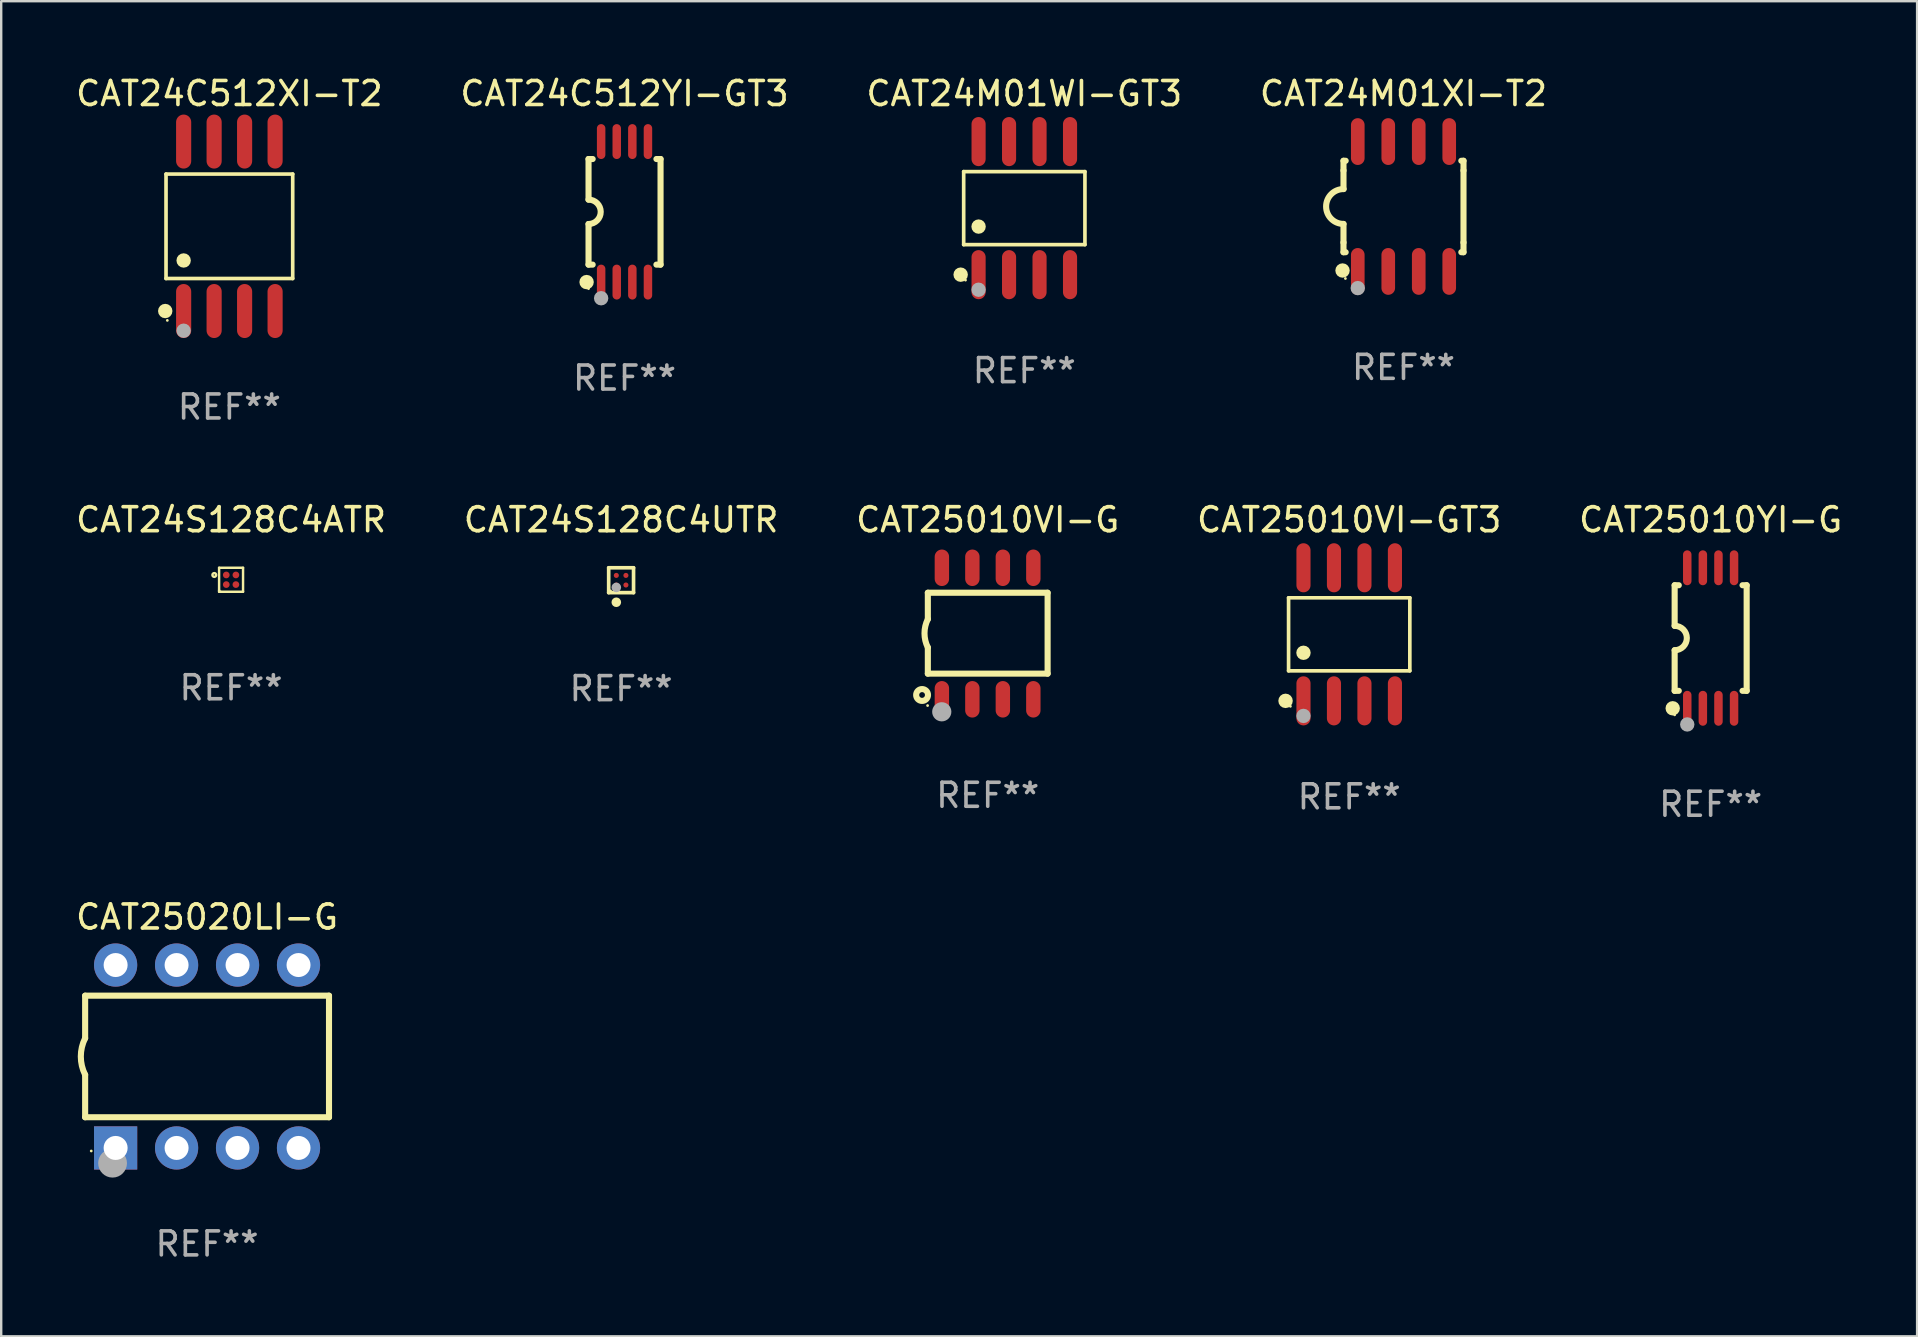
<source format=kicad_pcb>
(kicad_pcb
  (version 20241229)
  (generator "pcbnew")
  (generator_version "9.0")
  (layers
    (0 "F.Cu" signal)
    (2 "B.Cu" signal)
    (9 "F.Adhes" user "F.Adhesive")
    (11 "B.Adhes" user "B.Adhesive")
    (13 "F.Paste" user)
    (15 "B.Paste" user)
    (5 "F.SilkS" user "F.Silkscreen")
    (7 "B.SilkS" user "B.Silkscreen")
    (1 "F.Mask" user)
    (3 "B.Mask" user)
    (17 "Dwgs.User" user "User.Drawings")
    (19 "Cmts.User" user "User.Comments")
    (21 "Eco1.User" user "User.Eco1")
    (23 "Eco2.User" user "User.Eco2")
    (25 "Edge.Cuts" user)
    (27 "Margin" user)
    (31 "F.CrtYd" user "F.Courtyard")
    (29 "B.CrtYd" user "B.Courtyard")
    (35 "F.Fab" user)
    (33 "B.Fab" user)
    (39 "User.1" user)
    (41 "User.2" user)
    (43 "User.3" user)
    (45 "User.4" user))
  (footprint "CAT25010VI-G"
    (layer "F.Cu")
    (at 38.101 23.345)
    (property "Reference" "CAT25010VI-G" (at 0 -4.74 0) (layer "F.SilkS") (effects (font (size 1 1) (thickness 0.15))))
    (attr through_hole)
    (fp_line (start -2.495 -1.7) (end 2.495 -1.7) (stroke (width 0.254) (type solid)) (layer "F.SilkS"))
    (fp_line (start -2.495 -0.6) (end -2.495 -1.7) (stroke (width 0.254) (type solid)) (layer "F.SilkS"))
    (fp_line (start -2.495 1.671) (end -2.495 0.58) (stroke (width 0.254) (type solid)) (layer "F.SilkS"))
    (fp_line (start 2.495 -1.7) (end 2.495 1.671) (stroke (width 0.254) (type solid)) (layer "F.SilkS"))
    (fp_line (start 2.495 1.671) (end -2.495 1.671) (stroke (width 0.254) (type solid)) (layer "F.SilkS"))
    (fp_arc (start -2.495009 0.58001) (mid -2.634112 -0.009995) (end -2.495009 -0.6) (stroke (width 0.254001) (type solid)) (layer "F.SilkS"))
    (fp_circle (center -2.735 2.56) (end -2.615 2.56) (stroke (width 0.254) (type solid)) (fill no) (layer "F.SilkS"))
    (fp_circle (center -2.505 3) (end -2.475 3) (stroke (width 0.06) (type solid)) (fill no) (layer "F.SilkS"))
    (fp_circle (center -1.915 3.26) (end -1.715 3.26) (stroke (width 0.4) (type solid)) (fill no) (layer "F.Fab"))
    (fp_text user "REF**" (at 0 6.74 0) (layer "F.Fab") (effects (font (size 1 1) (thickness 0.15))))
    (pad "1" smd oval (at -1.91 2.74) (size 0.6 1.52) (layers "F.Cu" "F.Mask" "F.Paste"))
    (pad "2" smd oval (at -0.64 2.74) (size 0.6 1.52) (layers "F.Cu" "F.Mask" "F.Paste"))
    (pad "3" smd oval (at 0.63 2.74) (size 0.6 1.52) (layers "F.Cu" "F.Mask" "F.Paste"))
    (pad "4" smd oval (at 1.9 2.74) (size 0.6 1.52) (layers "F.Cu" "F.Mask" "F.Paste"))
    (pad "5" smd oval (at 1.9 -2.74) (size 0.6 1.52) (layers "F.Cu" "F.Mask" "F.Paste"))
    (pad "6" smd oval (at 0.63 -2.74) (size 0.6 1.52) (layers "F.Cu" "F.Mask" "F.Paste"))
    (pad "7" smd oval (at -0.64 -2.74) (size 0.6 1.52) (layers "F.Cu" "F.Mask" "F.Paste"))
    (pad "8" smd oval (at -1.91 -2.74) (size 0.6 1.52) (layers "F.Cu" "F.Mask" "F.Paste")))
  (footprint "CAT25010YI-G"
    (layer "F.Cu")
    (at 68.22 23.532)
    (property "Reference" "CAT25010YI-G" (at 0 -4.927 0) (layer "F.SilkS") (effects (font (size 1 1) (thickness 0.15))))
    (attr through_hole)
    (fp_line (start -1.5 -2.2) (end -1.5 -0.508) (stroke (width 0.254) (type solid)) (layer "F.SilkS"))
    (fp_line (start -1.5 -2.2) (end -1.328 -2.2) (stroke (width 0.254) (type solid)) (layer "F.SilkS"))
    (fp_line (start -1.5 2.2) (end -1.5 0.508) (stroke (width 0.254) (type solid)) (layer "F.SilkS"))
    (fp_line (start -1.5 2.2) (end -1.328 2.2) (stroke (width 0.254) (type solid)) (layer "F.SilkS"))
    (fp_line (start 1.328 -2.2) (end 1.5 -2.2) (stroke (width 0.254) (type solid)) (layer "F.SilkS"))
    (fp_line (start 1.328 2.2) (end 1.5 2.2) (stroke (width 0.254) (type solid)) (layer "F.SilkS"))
    (fp_line (start 1.5 -2.2) (end 1.5 2.2) (stroke (width 0.254) (type solid)) (layer "F.SilkS"))
    (fp_arc (start -1.501144 -0.508) (mid -0.993143 -0.000571) (end -1.5 0.508001) (stroke (width 0.254001) (type solid)) (layer "F.SilkS"))
    (fp_circle (center -1.581 2.927) (end -1.431 2.927) (stroke (width 0.3) (type solid)) (fill no) (layer "F.SilkS"))
    (fp_circle (center -1.5 3.2) (end -1.47 3.2) (stroke (width 0.06) (type solid)) (fill no) (layer "F.SilkS"))
    (fp_circle (center -0.975 3.6) (end -0.825 3.6) (stroke (width 0.3) (type solid)) (fill no) (layer "F.Fab"))
    (fp_text user "REF**" (at 0 6.927 0) (layer "F.Fab") (effects (font (size 1 1) (thickness 0.15))))
    (pad "1" smd oval (at -0.975 2.927) (size 0.353 1.454) (layers "F.Cu" "F.Mask" "F.Paste"))
    (pad "2" smd oval (at -0.325 2.927) (size 0.353 1.454) (layers "F.Cu" "F.Mask" "F.Paste"))
    (pad "3" smd oval (at 0.325 2.927) (size 0.353 1.454) (layers "F.Cu" "F.Mask" "F.Paste"))
    (pad "4" smd oval (at 0.975 2.927) (size 0.353 1.454) (layers "F.Cu" "F.Mask" "F.Paste"))
    (pad "5" smd oval (at 0.975 -2.927) (size 0.353 1.454) (layers "F.Cu" "F.Mask" "F.Paste"))
    (pad "6" smd oval (at 0.325 -2.927) (size 0.353 1.454) (layers "F.Cu" "F.Mask" "F.Paste"))
    (pad "7" smd oval (at -0.325 -2.927) (size 0.353 1.454) (layers "F.Cu" "F.Mask" "F.Paste"))
    (pad "8" smd oval (at -0.975 -2.927) (size 0.353 1.454) (layers "F.Cu" "F.Mask" "F.Paste")))
  (footprint "CAT24S128C4ATR"
    (layer "F.Cu")
    (at 6.577 21.105)
    (property "Reference" "CAT24S128C4ATR" (at 0 -2.5 0) (layer "F.SilkS") (effects (font (size 1 1) (thickness 0.15))))
    (attr through_hole)
    (fp_line (start -0.499 0.5) (end -0.499 0.44) (stroke (width 0.102) (type solid)) (layer "F.SilkS"))
    (fp_line (start -0.499 -0.5) (end 0.499 -0.5) (stroke (width 0.102) (type solid)) (layer "F.SilkS"))
    (fp_line (start -0.499 0.44) (end -0.499 -0.5) (stroke (width 0.102) (type solid)) (layer "F.SilkS"))
    (fp_line (start -0.44 0.499) (end -0.499 0.499) (stroke (width 0.102) (type solid)) (layer "F.SilkS"))
    (fp_line (start 0.499 -0.5) (end 0.499 0.499) (stroke (width 0.102) (type solid)) (layer "F.SilkS"))
    (fp_line (start 0.499 0.499) (end -0.44 0.499) (stroke (width 0.102) (type solid)) (layer "F.SilkS"))
    (fp_circle (center -0.699 -0.2) (end -0.621 -0.2) (stroke (width 0.102) (type solid)) (fill no) (layer "F.SilkS"))
    (fp_text user "REF**" (at 0 4.5 0) (layer "F.Fab") (effects (font (size 1 1) (thickness 0.15))))
    (pad "A1" smd circle (at -0.2 -0.201) (size 0.28 0.28) (layers "F.Cu" "F.Mask" "F.Paste"))
    (pad "A2" smd circle (at 0.201 -0.201) (size 0.28 0.28) (layers "F.Cu" "F.Mask" "F.Paste"))
    (pad "B1" smd circle (at -0.2 0.2) (size 0.28 0.28) (layers "F.Cu" "F.Mask" "F.Paste"))
    (pad "B2" smd circle (at 0.201 0.2) (size 0.28 0.28) (layers "F.Cu" "F.Mask" "F.Paste")))
  (footprint "CAT24M01XI-T2"
    (layer "F.Cu")
    (at 55.423 5.553)
    (property "Reference" "CAT24M01XI-T2" (at 0 -4.705 0) (layer "F.SilkS") (effects (font (size 1 1) (thickness 0.15))))
    (attr through_hole)
    (fp_line (start -2.5 -1.905) (end -2.409 -1.905) (stroke (width 0.254) (type solid)) (layer "F.SilkS"))
    (fp_line (start -2.5 -1.5) (end -2.5 -1.905) (stroke (width 0.254) (type solid)) (layer "F.SilkS"))
    (fp_line (start -2.5 -1.5) (end -2.5 -0.726) (stroke (width 0.254) (type solid)) (layer "F.SilkS"))
    (fp_line (start -2.5 1.5) (end -2.5 0.727) (stroke (width 0.254) (type solid)) (layer "F.SilkS"))
    (fp_line (start -2.5 1.5) (end -2.5 1.905) (stroke (width 0.254) (type solid)) (layer "F.SilkS"))
    (fp_line (start -2.5 1.905) (end -2.409 1.905) (stroke (width 0.254) (type solid)) (layer "F.SilkS"))
    (fp_line (start 2.5 -1.905) (end 2.409 -1.905) (stroke (width 0.254) (type solid)) (layer "F.SilkS"))
    (fp_line (start 2.5 -1.5) (end 2.5 -1.905) (stroke (width 0.254) (type solid)) (layer "F.SilkS"))
    (fp_line (start 2.5 -1.5) (end 2.5 1.5) (stroke (width 0.254) (type solid)) (layer "F.SilkS"))
    (fp_line (start 2.5 1.5) (end 2.5 1.905) (stroke (width 0.254) (type solid)) (layer "F.SilkS"))
    (fp_line (start 2.5 1.905) (end 2.409 1.905) (stroke (width 0.254) (type solid)) (layer "F.SilkS"))
    (fp_arc (start -2.5 0.726568) (mid -3.220316 -0.0023) (end -2.495097 -0.726289) (stroke (width 0.254001) (type solid)) (layer "F.SilkS"))
    (fp_circle (center -2.54 2.667) (end -2.39 2.667) (stroke (width 0.3) (type solid)) (fill no) (layer "F.SilkS"))
    (fp_circle (center -2.42 3) (end -2.39 3) (stroke (width 0.06) (type solid)) (fill no) (layer "F.SilkS"))
    (fp_circle (center -1.905 3.4) (end -1.755 3.4) (stroke (width 0.3) (type solid)) (fill no) (layer "F.Fab"))
    (fp_text user "REF**" (at 0 6.705 0) (layer "F.Fab") (effects (font (size 1 1) (thickness 0.15))))
    (pad "1" smd oval (at -1.905 2.705) (size 0.568 1.95) (layers "F.Cu" "F.Mask" "F.Paste"))
    (pad "2" smd oval (at -0.635 2.705) (size 0.568 1.95) (layers "F.Cu" "F.Mask" "F.Paste"))
    (pad "3" smd oval (at 0.635 2.705) (size 0.568 1.95) (layers "F.Cu" "F.Mask" "F.Paste"))
    (pad "4" smd oval (at 1.905 2.705) (size 0.568 1.95) (layers "F.Cu" "F.Mask" "F.Paste"))
    (pad "5" smd oval (at 1.905 -2.705) (size 0.568 1.95) (layers "F.Cu" "F.Mask" "F.Paste"))
    (pad "6" smd oval (at 0.635 -2.705) (size 0.568 1.95) (layers "F.Cu" "F.Mask" "F.Paste"))
    (pad "7" smd oval (at -0.635 -2.705) (size 0.568 1.95) (layers "F.Cu" "F.Mask" "F.Paste"))
    (pad "8" smd oval (at -1.905 -2.705) (size 0.568 1.95) (layers "F.Cu" "F.Mask" "F.Paste")))
  (footprint "CAT24C512YI-GT3"
    (layer "F.Cu")
    (at 22.97 5.775)
    (property "Reference" "CAT24C512YI-GT3" (at 0 -4.927 0) (layer "F.SilkS") (effects (font (size 1 1) (thickness 0.15))))
    (attr through_hole)
    (fp_line (start -1.5 -2.2) (end -1.5 -0.508) (stroke (width 0.254) (type solid)) (layer "F.SilkS"))
    (fp_line (start -1.5 -2.2) (end -1.328 -2.2) (stroke (width 0.254) (type solid)) (layer "F.SilkS"))
    (fp_line (start -1.5 2.2) (end -1.5 0.508) (stroke (width 0.254) (type solid)) (layer "F.SilkS"))
    (fp_line (start -1.5 2.2) (end -1.328 2.2) (stroke (width 0.254) (type solid)) (layer "F.SilkS"))
    (fp_line (start 1.328 -2.2) (end 1.5 -2.2) (stroke (width 0.254) (type solid)) (layer "F.SilkS"))
    (fp_line (start 1.328 2.2) (end 1.5 2.2) (stroke (width 0.254) (type solid)) (layer "F.SilkS"))
    (fp_line (start 1.5 -2.2) (end 1.5 2.2) (stroke (width 0.254) (type solid)) (layer "F.SilkS"))
    (fp_arc (start -1.501144 -0.508) (mid -0.993143 -0.000571) (end -1.5 0.508001) (stroke (width 0.254001) (type solid)) (layer "F.SilkS"))
    (fp_circle (center -1.581 2.927) (end -1.431 2.927) (stroke (width 0.3) (type solid)) (fill no) (layer "F.SilkS"))
    (fp_circle (center -1.5 3.2) (end -1.47 3.2) (stroke (width 0.06) (type solid)) (fill no) (layer "F.SilkS"))
    (fp_circle (center -0.975 3.6) (end -0.825 3.6) (stroke (width 0.3) (type solid)) (fill no) (layer "F.Fab"))
    (fp_text user "REF**" (at 0 6.927 0) (layer "F.Fab") (effects (font (size 1 1) (thickness 0.15))))
    (pad "1" smd oval (at -0.975 2.927) (size 0.353 1.454) (layers "F.Cu" "F.Mask" "F.Paste"))
    (pad "2" smd oval (at -0.325 2.927) (size 0.353 1.454) (layers "F.Cu" "F.Mask" "F.Paste"))
    (pad "3" smd oval (at 0.325 2.927) (size 0.353 1.454) (layers "F.Cu" "F.Mask" "F.Paste"))
    (pad "4" smd oval (at 0.975 2.927) (size 0.353 1.454) (layers "F.Cu" "F.Mask" "F.Paste"))
    (pad "5" smd oval (at 0.975 -2.927) (size 0.353 1.454) (layers "F.Cu" "F.Mask" "F.Paste"))
    (pad "6" smd oval (at 0.325 -2.927) (size 0.353 1.454) (layers "F.Cu" "F.Mask" "F.Paste"))
    (pad "7" smd oval (at -0.325 -2.927) (size 0.353 1.454) (layers "F.Cu" "F.Mask" "F.Paste"))
    (pad "8" smd oval (at -0.975 -2.927) (size 0.353 1.454) (layers "F.Cu" "F.Mask" "F.Paste")))
  (footprint "CAT25010VI-GT3"
    (layer "F.Cu")
    (at 53.161 23.377)
    (property "Reference" "CAT25010VI-GT3" (at 0 -4.772 0) (layer "F.SilkS") (effects (font (size 1 1) (thickness 0.15))))
    (attr through_hole)
    (fp_line (start -2.526 -1.521) (end 2.526 -1.521) (stroke (width 0.152) (type solid)) (layer "F.SilkS"))
    (fp_line (start -2.526 1.521) (end -2.526 -1.521) (stroke (width 0.152) (type solid)) (layer "F.SilkS"))
    (fp_line (start 2.526 -1.521) (end 2.526 1.521) (stroke (width 0.152) (type solid)) (layer "F.SilkS"))
    (fp_line (start 2.526 1.521) (end -2.526 1.521) (stroke (width 0.152) (type solid)) (layer "F.SilkS"))
    (fp_circle (center -2.652 2.772) (end -2.501 2.772) (stroke (width 0.3) (type solid)) (fill no) (layer "F.SilkS"))
    (fp_circle (center -2.45 3) (end -2.42 3) (stroke (width 0.06) (type solid)) (fill no) (layer "F.SilkS"))
    (fp_circle (center -1.905 0.769) (end -1.755 0.769) (stroke (width 0.3) (type solid)) (fill no) (layer "F.SilkS"))
    (fp_circle (center -1.905 3.4) (end -1.755 3.4) (stroke (width 0.3) (type solid)) (fill no) (layer "F.Fab"))
    (fp_text user "REF**" (at 0 6.772 0) (layer "F.Fab") (effects (font (size 1 1) (thickness 0.15))))
    (pad "1" smd oval (at -1.905 2.772) (size 0.588 2.045) (layers "F.Cu" "F.Mask" "F.Paste"))
    (pad "2" smd oval (at -0.635 2.772) (size 0.588 2.045) (layers "F.Cu" "F.Mask" "F.Paste"))
    (pad "3" smd oval (at 0.635 2.772) (size 0.588 2.045) (layers "F.Cu" "F.Mask" "F.Paste"))
    (pad "4" smd oval (at 1.905 2.772) (size 0.588 2.045) (layers "F.Cu" "F.Mask" "F.Paste"))
    (pad "5" smd oval (at 1.905 -2.772) (size 0.588 2.045) (layers "F.Cu" "F.Mask" "F.Paste"))
    (pad "6" smd oval (at 0.635 -2.772) (size 0.588 2.045) (layers "F.Cu" "F.Mask" "F.Paste"))
    (pad "7" smd oval (at -0.635 -2.772) (size 0.588 2.045) (layers "F.Cu" "F.Mask" "F.Paste"))
    (pad "8" smd oval (at -1.905 -2.772) (size 0.588 2.045) (layers "F.Cu" "F.Mask" "F.Paste")))
  (footprint "CAT25020LI-G"
    (layer "F.Cu")
    (at 5.577 40.966)
    (property "Reference" "CAT25020LI-G" (at 0 -5.81 0) (layer "F.SilkS") (effects (font (size 1 1) (thickness 0.15))))
    (attr through_hole)
    (fp_line (start -5.08 -2.534) (end 5.08 -2.534) (stroke (width 0.254) (type solid)) (layer "F.SilkS"))
    (fp_line (start -5.08 -0.762) (end -5.08 -2.534) (stroke (width 0.254) (type solid)) (layer "F.SilkS"))
    (fp_line (start -5.08 2.531) (end -5.08 0.762) (stroke (width 0.254) (type solid)) (layer "F.SilkS"))
    (fp_line (start -5.08 2.531) (end 5.08 2.531) (stroke (width 0.254) (type solid)) (layer "F.SilkS"))
    (fp_line (start 5.08 2.531) (end 5.08 -2.534) (stroke (width 0.254) (type solid)) (layer "F.SilkS"))
    (fp_arc (start -5.08001 0.762001) (mid -5.259894 0) (end -5.08001 -0.762002) (stroke (width 0.254001) (type solid)) (layer "F.SilkS"))
    (fp_circle (center -4.826 3.937) (end -4.796 3.937) (stroke (width 0.06) (type solid)) (fill no) (layer "F.SilkS"))
    (fp_circle (center -3.937 4.445) (end -3.637 4.445) (stroke (width 0.6) (type solid)) (fill no) (layer "F.Fab"))
    (fp_text user "REF**" (at 0 7.81 0) (layer "F.Fab") (effects (font (size 1 1) (thickness 0.15))))
    (pad "1" thru_hole rect (at -3.81 3.81) (size 1.8 1.8) (drill 1) (layers "*.Cu" "*.Mask"))
    (pad "2" thru_hole circle (at -1.27 3.81) (size 1.8 1.8) (drill 1) (layers "*.Cu" "*.Mask"))
    (pad "3" thru_hole circle (at 1.27 3.81) (size 1.8 1.8) (drill 1) (layers "*.Cu" "*.Mask"))
    (pad "4" thru_hole circle (at 3.81 3.81) (size 1.8 1.8) (drill 1) (layers "*.Cu" "*.Mask"))
    (pad "5" thru_hole circle (at 3.81 -3.81) (size 1.8 1.8) (drill 1) (layers "*.Cu" "*.Mask"))
    (pad "6" thru_hole circle (at 1.27 -3.81) (size 1.8 1.8) (drill 1) (layers "*.Cu" "*.Mask"))
    (pad "7" thru_hole circle (at -1.27 -3.81) (size 1.8 1.8) (drill 1) (layers "*.Cu" "*.Mask"))
    (pad "8" thru_hole circle (at -3.81 -3.81) (size 1.8 1.8) (drill 1) (layers "*.Cu" "*.Mask")))
  (footprint "CAT24C512XI-T2"
    (layer "F.Cu")
    (at 6.506 6.378)
    (property "Reference" "CAT24C512XI-T2" (at 0 -5.53 0) (layer "F.SilkS") (effects (font (size 1 1) (thickness 0.15))))
    (attr through_hole)
    (fp_line (start -2.639 -2.176) (end 2.639 -2.176) (stroke (width 0.152) (type solid)) (layer "F.SilkS"))
    (fp_line (start -2.639 2.176) (end -2.639 -2.176) (stroke (width 0.152) (type solid)) (layer "F.SilkS"))
    (fp_line (start 2.639 -2.176) (end 2.639 2.176) (stroke (width 0.152) (type solid)) (layer "F.SilkS"))
    (fp_line (start 2.639 2.176) (end -2.639 2.176) (stroke (width 0.152) (type solid)) (layer "F.SilkS"))
    (fp_circle (center -2.672 3.53) (end -2.522 3.53) (stroke (width 0.3) (type solid)) (fill no) (layer "F.SilkS"))
    (fp_circle (center -2.585 3.92) (end -2.555 3.92) (stroke (width 0.06) (type solid)) (fill no) (layer "F.SilkS"))
    (fp_circle (center -1.905 1.424) (end -1.755 1.424) (stroke (width 0.3) (type solid)) (fill no) (layer "F.SilkS"))
    (fp_circle (center -1.905 4.35) (end -1.755 4.35) (stroke (width 0.3) (type solid)) (fill no) (layer "F.Fab"))
    (fp_text user "REF**" (at 0 7.53 0) (layer "F.Fab") (effects (font (size 1 1) (thickness 0.15))))
    (pad "1" smd oval (at -1.905 3.53) (size 0.63 2.25) (layers "F.Cu" "F.Mask" "F.Paste"))
    (pad "2" smd oval (at -0.635 3.53) (size 0.63 2.25) (layers "F.Cu" "F.Mask" "F.Paste"))
    (pad "3" smd oval (at 0.635 3.53) (size 0.63 2.25) (layers "F.Cu" "F.Mask" "F.Paste"))
    (pad "4" smd oval (at 1.905 3.53) (size 0.63 2.25) (layers "F.Cu" "F.Mask" "F.Paste"))
    (pad "5" smd oval (at 1.905 -3.53) (size 0.63 2.25) (layers "F.Cu" "F.Mask" "F.Paste"))
    (pad "6" smd oval (at 0.635 -3.53) (size 0.63 2.25) (layers "F.Cu" "F.Mask" "F.Paste"))
    (pad "7" smd oval (at -0.635 -3.53) (size 0.63 2.25) (layers "F.Cu" "F.Mask" "F.Paste"))
    (pad "8" smd oval (at -1.905 -3.53) (size 0.63 2.25) (layers "F.Cu" "F.Mask" "F.Paste")))
  (footprint "CAT24S128C4UTR"
    (layer "F.Cu")
    (at 22.827 21.123)
    (property "Reference" "CAT24S128C4UTR" (at 0 -2.518 0) (layer "F.SilkS") (effects (font (size 1 1) (thickness 0.15))))
    (attr through_hole)
    (fp_line (start -0.518 -0.518) (end 0.518 -0.518) (stroke (width 0.152) (type solid)) (layer "F.SilkS"))
    (fp_line (start -0.518 0.518) (end -0.518 -0.518) (stroke (width 0.152) (type solid)) (layer "F.SilkS"))
    (fp_line (start 0.518 -0.518) (end 0.518 0.518) (stroke (width 0.152) (type solid)) (layer "F.SilkS"))
    (fp_line (start 0.518 0.518) (end -0.518 0.518) (stroke (width 0.152) (type solid)) (layer "F.SilkS"))
    (fp_circle (center -0.442 0.442) (end -0.412 0.442) (stroke (width 0.06) (type solid)) (fill no) (layer "F.SilkS"))
    (fp_circle (center -0.2 0.918) (end -0.1 0.918) (stroke (width 0.2) (type solid)) (fill no) (layer "F.SilkS"))
    (fp_circle (center -0.2 0.3) (end -0.1 0.3) (stroke (width 0.2) (type solid)) (fill no) (layer "F.Fab"))
    (fp_text user "REF**" (at 0 4.518 0) (layer "F.Fab") (effects (font (size 1 1) (thickness 0.15))))
    (pad "A1" smd circle (at -0.2 0.2) (size 0.212 0.212) (layers "F.Cu" "F.Mask" "F.Paste"))
    (pad "A2" smd circle (at -0.2 -0.2) (size 0.212 0.212) (layers "F.Cu" "F.Mask" "F.Paste"))
    (pad "B1" smd circle (at 0.2 0.2) (size 0.212 0.212) (layers "F.Cu" "F.Mask" "F.Paste"))
    (pad "B2" smd circle (at 0.2 -0.2) (size 0.212 0.212) (layers "F.Cu" "F.Mask" "F.Paste")))
  (footprint "CAT24M01WI-GT3"
    (layer "F.Cu")
    (at 39.625 5.621)
    (property "Reference" "CAT24M01WI-GT3" (at 0 -4.772 0) (layer "F.SilkS") (effects (font (size 1 1) (thickness 0.15))))
    (attr through_hole)
    (fp_line (start -2.526 -1.521) (end 2.526 -1.521) (stroke (width 0.152) (type solid)) (layer "F.SilkS"))
    (fp_line (start -2.526 1.521) (end -2.526 -1.521) (stroke (width 0.152) (type solid)) (layer "F.SilkS"))
    (fp_line (start 2.526 -1.521) (end 2.526 1.521) (stroke (width 0.152) (type solid)) (layer "F.SilkS"))
    (fp_line (start 2.526 1.521) (end -2.526 1.521) (stroke (width 0.152) (type solid)) (layer "F.SilkS"))
    (fp_circle (center -2.652 2.772) (end -2.501 2.772) (stroke (width 0.3) (type solid)) (fill no) (layer "F.SilkS"))
    (fp_circle (center -2.45 3) (end -2.42 3) (stroke (width 0.06) (type solid)) (fill no) (layer "F.SilkS"))
    (fp_circle (center -1.905 0.769) (end -1.755 0.769) (stroke (width 0.3) (type solid)) (fill no) (layer "F.SilkS"))
    (fp_circle (center -1.905 3.4) (end -1.755 3.4) (stroke (width 0.3) (type solid)) (fill no) (layer "F.Fab"))
    (fp_text user "REF**" (at 0 6.772 0) (layer "F.Fab") (effects (font (size 1 1) (thickness 0.15))))
    (pad "1" smd oval (at -1.905 2.772) (size 0.588 2.045) (layers "F.Cu" "F.Mask" "F.Paste"))
    (pad "2" smd oval (at -0.635 2.772) (size 0.588 2.045) (layers "F.Cu" "F.Mask" "F.Paste"))
    (pad "3" smd oval (at 0.635 2.772) (size 0.588 2.045) (layers "F.Cu" "F.Mask" "F.Paste"))
    (pad "4" smd oval (at 1.905 2.772) (size 0.588 2.045) (layers "F.Cu" "F.Mask" "F.Paste"))
    (pad "5" smd oval (at 1.905 -2.772) (size 0.588 2.045) (layers "F.Cu" "F.Mask" "F.Paste"))
    (pad "6" smd oval (at 0.635 -2.772) (size 0.588 2.045) (layers "F.Cu" "F.Mask" "F.Paste"))
    (pad "7" smd oval (at -0.635 -2.772) (size 0.588 2.045) (layers "F.Cu" "F.Mask" "F.Paste"))
    (pad "8" smd oval (at -1.905 -2.772) (size 0.588 2.045) (layers "F.Cu" "F.Mask" "F.Paste")))
  (gr_rect
    (start -3 -3)
    (end 76.821 52.624)
    (stroke (width 0.1) (type default))
    (fill no)
    (layer "Edge.Cuts")))
</source>
